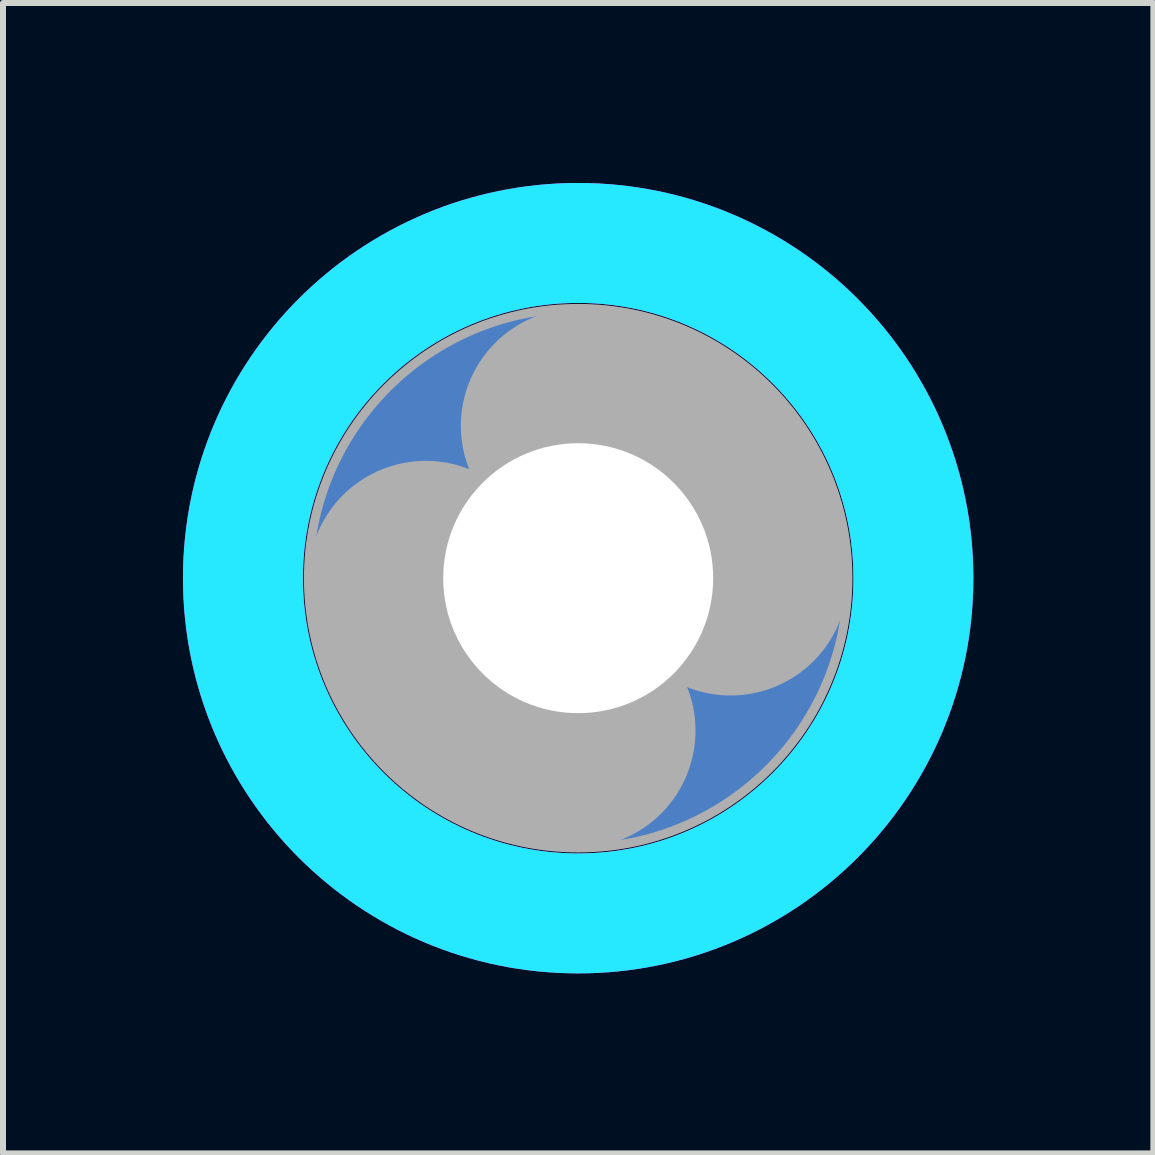
<source format=kicad_pcb>
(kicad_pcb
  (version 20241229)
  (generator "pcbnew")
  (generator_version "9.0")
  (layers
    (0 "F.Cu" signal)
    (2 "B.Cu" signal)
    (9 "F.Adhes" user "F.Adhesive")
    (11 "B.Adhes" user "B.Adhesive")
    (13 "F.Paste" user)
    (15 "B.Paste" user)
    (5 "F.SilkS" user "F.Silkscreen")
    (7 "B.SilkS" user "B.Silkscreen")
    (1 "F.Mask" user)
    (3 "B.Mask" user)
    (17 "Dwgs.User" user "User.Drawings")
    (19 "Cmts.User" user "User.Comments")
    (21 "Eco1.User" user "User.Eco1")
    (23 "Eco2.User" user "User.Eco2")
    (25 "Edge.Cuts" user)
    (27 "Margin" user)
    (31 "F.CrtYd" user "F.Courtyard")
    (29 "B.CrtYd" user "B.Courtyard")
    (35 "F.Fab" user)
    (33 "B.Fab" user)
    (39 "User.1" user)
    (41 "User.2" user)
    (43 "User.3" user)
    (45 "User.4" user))
  (footprint "footprint"
    (layer "F.Cu")
    (at 6.588 6.588)
    (property "Reference" "footprint" (at 0 0 0) (layer "F.SilkS") (effects (font (size 1.27 1.27) (thickness 0.15))))
    (fp_circle (center 0 0) (end 2.35 0) (stroke (width 0.152) (type solid)) (fill no) (layer "F.SilkS"))
    (fp_circle (center 0 0) (end 5.588 0) (stroke (width 2) (type solid)) (fill no) (layer "B.CrtYd"))
    (fp_circle (center 0 0) (end 5.588 0) (stroke (width 2) (type solid)) (fill no) (layer "F.CrtYd"))
    (fp_arc (start 0 -2.54) (mid 1.796051 -1.796051) (end 2.54 0) (stroke (width 3.9116) (type solid)) (layer "F.Fab"))
    (fp_arc (start 0 2.54) (mid -1.796051 1.796051) (end -2.54 0) (stroke (width 3.9116) (type solid)) (layer "F.Fab"))
    (fp_circle (center 0 0) (end 0.762 0) (stroke (width 0.457) (type solid)) (fill no) (layer "F.Fab"))
    (fp_circle (center 0 0) (end 4.496 0) (stroke (width 0.152) (type solid)) (fill no) (layer "F.Fab"))
    (pad "B4,5" thru_hole circle (at 0 0) (size 9 9) (drill 4.5) (layers "*.Cu" "*.Mask"))
    (zone (net_name "") (layers "F.Cu" "B.Cu") (hatch edge 0.508) (connect_pads) (min_thickness 0.254) (filled_areas_thickness no) (keepout (tracks allowed) (vias not_allowed) (pads allowed) (copperpour allowed) (footprints allowed)) (placement (enabled no)) (fill) (polygon (pts (xy 13.176 6.588) (xy 13.076 5.444) (xy 12.779 4.335) (xy 12.293 3.294) (xy 11.635 2.353) (xy 10.823 1.541) (xy 9.882 0.883) (xy 8.841 0.397) (xy 7.732 0.1) (xy 6.588 0) (xy 5.444 0.1) (xy 4.335 0.397) (xy 3.294 0.883) (xy 2.353 1.541) (xy 1.541 2.353) (xy 0.883 3.294) (xy 0.397 4.335) (xy 0.1 5.444) (xy 0 6.588) (xy 0.1 7.732) (xy 0.397 8.841) (xy 0.883 9.882) (xy 1.541 10.823) (xy 2.353 11.635) (xy 3.294 12.293) (xy 4.335 12.779) (xy 5.444 13.076) (xy 6.588 13.176) (xy 7.732 13.076) (xy 8.841 12.779) (xy 9.882 12.293) (xy 10.823 11.635) (xy 11.635 10.823) (xy 12.293 9.882) (xy 12.779 8.841) (xy 13.076 7.732))) (polygon (pts (xy 11.176 6.588) (xy 11.106 5.791) (xy 10.899 5.019) (xy 10.561 4.294) (xy 10.103 3.639) (xy 9.537 3.073) (xy 8.882 2.615) (xy 8.157 2.277) (xy 7.385 2.07) (xy 6.588 2) (xy 5.791 2.07) (xy 5.019 2.277) (xy 4.294 2.615) (xy 3.639 3.073) (xy 3.073 3.639) (xy 2.615 4.294) (xy 2.277 5.019) (xy 2.07 5.791) (xy 2 6.588) (xy 2.07 7.385) (xy 2.277 8.157) (xy 2.615 8.882) (xy 3.073 9.537) (xy 3.639 10.103) (xy 4.294 10.561) (xy 5.019 10.899) (xy 5.791 11.106) (xy 6.588 11.176) (xy 7.385 11.106) (xy 8.157 10.899) (xy 8.882 10.561) (xy 9.537 10.103) (xy 10.103 9.537) (xy 10.561 8.882) (xy 10.899 8.157) (xy 11.106 7.385)))))
  (gr_rect
    (start -3 -3)
    (end 16.176 16.176)
    (stroke (width 0.1) (type default))
    (fill no)
    (layer "Edge.Cuts")))
</source>
